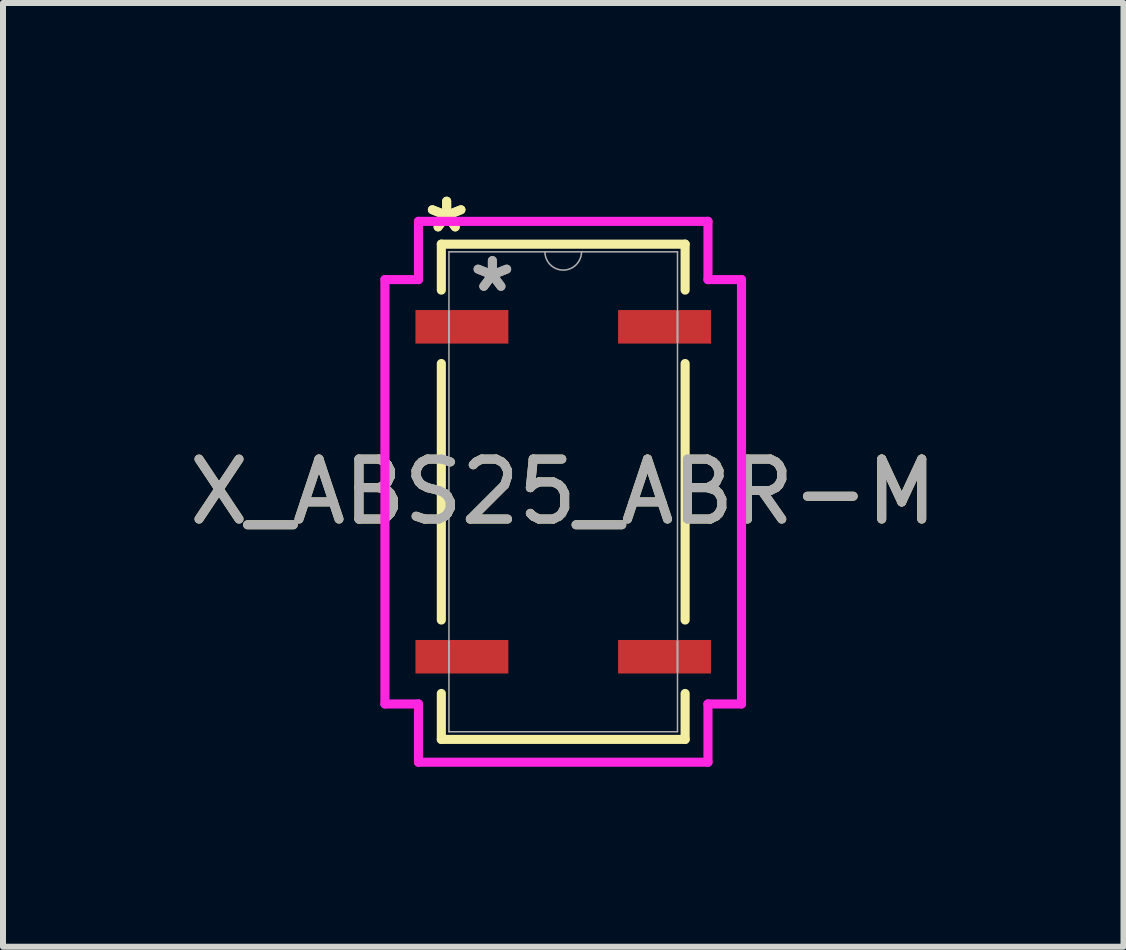
<source format=kicad_pcb>
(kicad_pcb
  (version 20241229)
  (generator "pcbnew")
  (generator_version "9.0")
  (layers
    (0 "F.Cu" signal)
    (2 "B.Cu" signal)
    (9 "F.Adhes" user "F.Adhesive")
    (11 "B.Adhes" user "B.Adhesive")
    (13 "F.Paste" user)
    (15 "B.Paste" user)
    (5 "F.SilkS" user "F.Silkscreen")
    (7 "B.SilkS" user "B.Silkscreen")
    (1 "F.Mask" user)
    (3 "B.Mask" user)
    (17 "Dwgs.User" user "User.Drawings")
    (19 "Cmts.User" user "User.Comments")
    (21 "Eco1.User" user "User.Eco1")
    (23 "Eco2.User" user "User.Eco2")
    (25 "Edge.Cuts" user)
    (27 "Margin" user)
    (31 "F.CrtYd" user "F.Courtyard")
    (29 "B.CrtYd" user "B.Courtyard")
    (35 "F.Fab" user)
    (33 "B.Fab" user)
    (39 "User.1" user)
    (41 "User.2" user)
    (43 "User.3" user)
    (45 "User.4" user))
  (footprint "X_ABS25_ABR-M"
    (layer "F.Cu")
    (at 6.339 5.148)
    (property "Reference" "X_ABS25_ABR-M" (at 0 0 0) (unlocked yes) (layer "F.SilkS") (effects (font (size 1 1) (thickness 0.15))))
    (attr smd)
    (fp_line (start -2.032 -4.128) (end -2.032 -3.362) (stroke (width 0.152) (type solid)) (layer "F.SilkS"))
    (fp_line (start -2.032 -2.138) (end -2.032 2.138) (stroke (width 0.152) (type solid)) (layer "F.SilkS"))
    (fp_line (start -2.032 3.362) (end -2.032 4.128) (stroke (width 0.152) (type solid)) (layer "F.SilkS"))
    (fp_line (start -2.032 4.128) (end 2.032 4.128) (stroke (width 0.152) (type solid)) (layer "F.SilkS"))
    (fp_line (start 2.032 -4.128) (end -2.032 -4.128) (stroke (width 0.152) (type solid)) (layer "F.SilkS"))
    (fp_line (start 2.032 -3.362) (end 2.032 -4.128) (stroke (width 0.152) (type solid)) (layer "F.SilkS"))
    (fp_line (start 2.032 2.138) (end 2.032 -2.138) (stroke (width 0.152) (type solid)) (layer "F.SilkS"))
    (fp_line (start 2.032 4.128) (end 2.032 3.362) (stroke (width 0.152) (type solid)) (layer "F.SilkS"))
    (fp_line (start -2.972 -3.537) (end -2.413 -3.537) (stroke (width 0.152) (type solid)) (layer "F.CrtYd"))
    (fp_line (start -2.972 3.537) (end -2.972 -3.537) (stroke (width 0.152) (type solid)) (layer "F.CrtYd"))
    (fp_line (start -2.972 3.537) (end -2.413 3.537) (stroke (width 0.152) (type solid)) (layer "F.CrtYd"))
    (fp_line (start -2.413 -4.508) (end 2.413 -4.508) (stroke (width 0.152) (type solid)) (layer "F.CrtYd"))
    (fp_line (start -2.413 -3.537) (end -2.413 -4.508) (stroke (width 0.152) (type solid)) (layer "F.CrtYd"))
    (fp_line (start -2.413 4.508) (end -2.413 3.537) (stroke (width 0.152) (type solid)) (layer "F.CrtYd"))
    (fp_line (start 2.413 -4.508) (end 2.413 -3.537) (stroke (width 0.152) (type solid)) (layer "F.CrtYd"))
    (fp_line (start 2.413 3.537) (end 2.413 4.508) (stroke (width 0.152) (type solid)) (layer "F.CrtYd"))
    (fp_line (start 2.413 4.508) (end -2.413 4.508) (stroke (width 0.152) (type solid)) (layer "F.CrtYd"))
    (fp_line (start 2.972 -3.537) (end 2.413 -3.537) (stroke (width 0.152) (type solid)) (layer "F.CrtYd"))
    (fp_line (start 2.972 -3.537) (end 2.972 3.537) (stroke (width 0.152) (type solid)) (layer "F.CrtYd"))
    (fp_line (start 2.972 3.537) (end 2.413 3.537) (stroke (width 0.152) (type solid)) (layer "F.CrtYd"))
    (fp_line (start -1.905 -4) (end -1.905 4) (stroke (width 0.025) (type solid)) (layer "F.Fab"))
    (fp_line (start -1.905 -3.004) (end -1.905 -3.004) (stroke (width 0.025) (type solid)) (layer "F.Fab"))
    (fp_line (start -1.905 -3.004) (end -1.905 -2.496) (stroke (width 0.025) (type solid)) (layer "F.Fab"))
    (fp_line (start -1.905 -2.496) (end -1.905 -3.004) (stroke (width 0.025) (type solid)) (layer "F.Fab"))
    (fp_line (start -1.905 -2.496) (end -1.905 -2.496) (stroke (width 0.025) (type solid)) (layer "F.Fab"))
    (fp_line (start -1.905 2.496) (end -1.905 2.496) (stroke (width 0.025) (type solid)) (layer "F.Fab"))
    (fp_line (start -1.905 2.496) (end -1.905 3.004) (stroke (width 0.025) (type solid)) (layer "F.Fab"))
    (fp_line (start -1.905 3.004) (end -1.905 2.496) (stroke (width 0.025) (type solid)) (layer "F.Fab"))
    (fp_line (start -1.905 3.004) (end -1.905 3.004) (stroke (width 0.025) (type solid)) (layer "F.Fab"))
    (fp_line (start -1.905 4) (end 1.905 4) (stroke (width 0.025) (type solid)) (layer "F.Fab"))
    (fp_line (start 1.905 -4) (end -1.905 -4) (stroke (width 0.025) (type solid)) (layer "F.Fab"))
    (fp_line (start 1.905 -3.004) (end 1.905 -3.004) (stroke (width 0.025) (type solid)) (layer "F.Fab"))
    (fp_line (start 1.905 -3.004) (end 1.905 -2.496) (stroke (width 0.025) (type solid)) (layer "F.Fab"))
    (fp_line (start 1.905 -2.496) (end 1.905 -3.004) (stroke (width 0.025) (type solid)) (layer "F.Fab"))
    (fp_line (start 1.905 -2.496) (end 1.905 -2.496) (stroke (width 0.025) (type solid)) (layer "F.Fab"))
    (fp_line (start 1.905 2.496) (end 1.905 2.496) (stroke (width 0.025) (type solid)) (layer "F.Fab"))
    (fp_line (start 1.905 2.496) (end 1.905 3.004) (stroke (width 0.025) (type solid)) (layer "F.Fab"))
    (fp_line (start 1.905 3.004) (end 1.905 2.496) (stroke (width 0.025) (type solid)) (layer "F.Fab"))
    (fp_line (start 1.905 3.004) (end 1.905 3.004) (stroke (width 0.025) (type solid)) (layer "F.Fab"))
    (fp_line (start 1.905 4) (end 1.905 -4) (stroke (width 0.025) (type solid)) (layer "F.Fab"))
    (fp_arc (start 0.3048 -4.0005) (mid 0 -3.6957) (end -0.3048 -4.0005) (stroke (width 0.0254) (type solid)) (layer "F.Fab"))
    (fp_text user "*" (at -1.943 -4.299 0) (layer "F.SilkS") (effects (font (size 1 1) (thickness 0.15))))
    (fp_text user "*" (at -1.943 -4.299 0) (unlocked yes) (layer "F.SilkS") (effects (font (size 1 1) (thickness 0.15))))
    (fp_text user "${REFERENCE}" (at 0 0 0) (unlocked yes) (layer "F.Fab") (effects (font (size 1 1) (thickness 0.15))))
    (fp_text user "*" (at -1.181 -3.309 0) (layer "F.Fab") (effects (font (size 1 1) (thickness 0.15))))
    (fp_text user "*" (at -1.181 -3.309 0) (unlocked yes) (layer "F.Fab") (effects (font (size 1 1) (thickness 0.15))))
    (pad "1" smd rect (at -1.689 -2.75) (size 1.549 0.559) (layers "F.Cu" "F.Mask" "F.Paste"))
    (pad "2" smd rect (at -1.689 2.75) (size 1.549 0.559) (layers "F.Cu" "F.Mask" "F.Paste"))
    (pad "3" smd rect (at 1.689 2.75) (size 1.549 0.559) (layers "F.Cu" "F.Mask" "F.Paste"))
    (pad "4" smd rect (at 1.689 -2.75) (size 1.549 0.559) (layers "F.Cu" "F.Mask" "F.Paste")))
  (gr_rect
    (start -3 -3)
    (end 15.679 12.732)
    (stroke (width 0.1) (type default))
    (fill no)
    (layer "Edge.Cuts")))
</source>
